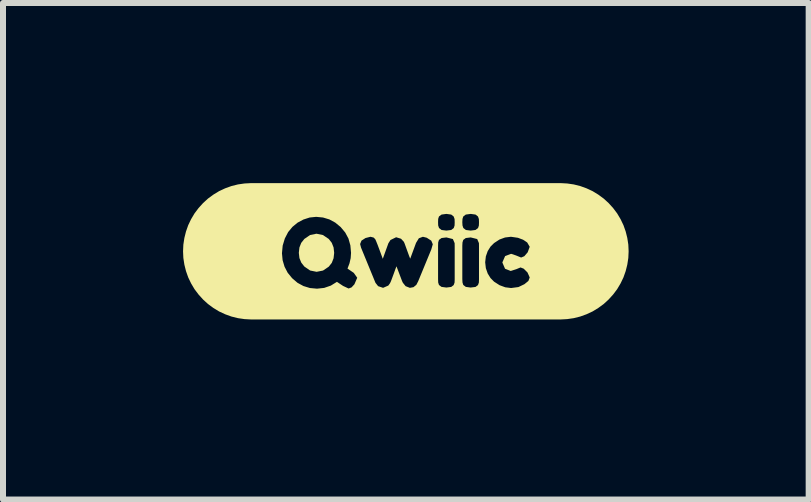
<source format=kicad_pcb>
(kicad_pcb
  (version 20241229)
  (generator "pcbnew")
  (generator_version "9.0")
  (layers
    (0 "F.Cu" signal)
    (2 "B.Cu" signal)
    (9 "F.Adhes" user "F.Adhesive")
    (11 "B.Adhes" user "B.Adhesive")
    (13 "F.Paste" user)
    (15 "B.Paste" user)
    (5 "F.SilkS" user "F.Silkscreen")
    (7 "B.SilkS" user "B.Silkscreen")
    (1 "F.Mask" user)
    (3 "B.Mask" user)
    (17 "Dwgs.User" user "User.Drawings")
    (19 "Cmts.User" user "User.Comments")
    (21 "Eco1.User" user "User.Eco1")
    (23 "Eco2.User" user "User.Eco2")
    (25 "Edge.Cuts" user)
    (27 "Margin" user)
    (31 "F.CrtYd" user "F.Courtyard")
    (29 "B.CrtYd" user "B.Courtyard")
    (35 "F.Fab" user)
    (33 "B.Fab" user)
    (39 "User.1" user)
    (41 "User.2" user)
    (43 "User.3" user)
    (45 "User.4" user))
  (footprint "kibuzzard-6398DD41"
    (layer "F.Cu")
    (at 3.712 1.137)
    (property "Reference" "kibuzzard-6398DD41" (at 0 -1.136 0) (layer "F.SilkS") (effects (font (size 0.001 0.001) (thickness 0.000003))))
    (attr board_only exclude_from_pos_files exclude_from_bom)
    (fp_poly (pts (xy -1.783 0.025) (xy -1.773 0.113) (xy -1.742 0.189) (xy -1.691 0.254) (xy -1.595 0.32) (xy -1.487 0.342) (xy -1.38 0.321) (xy -1.284 0.256) (xy -1.234 0.193) (xy -1.204 0.116) (xy -1.194 0.026) (xy -1.204 -0.064) (xy -1.234 -0.141) (xy -1.285 -0.206) (xy -1.382 -0.271) (xy -1.489 -0.293) (xy -1.596 -0.271) (xy -1.692 -0.205) (xy -1.743 -0.14) (xy -1.773 -0.064) (xy -1.783 0.025)) (stroke (width 0) (type solid)) (fill yes) (layer "F.SilkS"))
    (fp_poly (pts (xy -2.064 -1.136) (xy -1.707 -0.529) (xy -1.602 -0.563) (xy -1.494 -0.574) (xy -1.38 -0.563) (xy -1.274 -0.531) (xy 0.552 -0.58) (xy 0.595 -0.612) (xy 0.676 -0.623) (xy 0.756 -0.612) (xy 0.797 -0.58) (xy 0.957 -0.58) (xy 0.999 -0.612) (xy 1.081 -0.623) (xy 1.161 -0.612) (xy 1.202 -0.58) (xy 1.217 -0.538) (xy 1.219 -0.483) (xy 1.217 -0.429) (xy 1.203 -0.387) (xy 1.16 -0.355) (xy 1.08 -0.345) (xy 1 -0.355) (xy 0.958 -0.388) (xy 0.944 -0.43) (xy 0.941 -0.485) (xy 0.944 -0.54) (xy 0.957 -0.58) (xy 0.797 -0.58) (xy 0.812 -0.538) (xy 0.814 -0.483) (xy 0.812 -0.429) (xy 0.798 -0.387) (xy 0.756 -0.355) (xy 0.675 -0.345) (xy 0.595 -0.355) (xy 0.553 -0.388) (xy 0.539 -0.43) (xy 0.537 -0.485) (xy 0.539 -0.54) (xy 0.552 -0.58) (xy -1.274 -0.531) (xy -1.176 -0.478) (xy -1.086 -0.404) (xy 0.217 -0.217) (xy 0.284 -0.242) (xy 0.348 -0.226) (xy 0.424 -0.177) (xy 0.449 -0.117) (xy 0.537 -0.093) (xy 0.539 -0.148) (xy 0.552 -0.19) (xy 0.595 -0.221) (xy 0.676 -0.231) (xy 0.784 -0.204) (xy 0.813 -0.136) (xy 0.941 -0.093) (xy 0.944 -0.148) (xy 0.957 -0.19) (xy 0.999 -0.221) (xy 1.081 -0.231) (xy 1.189 -0.204) (xy 1.218 -0.136) (xy 1.219 -0.09) (xy 1.364 -0.003) (xy 1.411 -0.078) (xy 1.47 -0.137) (xy 1.56 -0.196) (xy 1.653 -0.23) (xy 1.751 -0.242) (xy 1.868 -0.225) (xy 1.953 -0.193) (xy 1.978 -0.177) (xy 2.022 -0.147) (xy 2.064 -0.075) (xy 2.03 0.017) (xy 1.974 0.082) (xy 1.921 0.104) (xy 1.835 0.069) (xy 1.753 0.042) (xy 1.654 0.08) (xy 1.608 0.186) (xy 1.653 0.291) (xy 1.747 0.328) (xy 1.841 0.298) (xy 1.911 0.269) (xy 1.964 0.29) (xy 2.027 0.353) (xy 2.064 0.436) (xy 2.042 0.494) (xy 1.976 0.548) (xy 1.876 0.596) (xy 1.754 0.612) (xy 1.657 0.6) (xy 1.562 0.565) (xy 1.47 0.506) (xy 1.411 0.446) (xy 1.364 0.37) (xy 1.333 0.281) (xy 1.322 0.183) (xy 1.333 0.085) (xy 1.364 -0.003) (xy 1.219 -0.09) (xy 1.219 0.466) (xy 1.217 0.521) (xy 1.202 0.563) (xy 1.161 0.594) (xy 1.079 0.604) (xy 0.999 0.593) (xy 0.957 0.561) (xy 0.944 0.52) (xy 0.941 0.464) (xy 0.941 -0.093) (xy 0.813 -0.136) (xy 0.814 -0.09) (xy 0.814 0.466) (xy 0.812 0.521) (xy 0.797 0.563) (xy 0.756 0.594) (xy 0.675 0.604) (xy 0.594 0.593) (xy 0.552 0.561) (xy 0.539 0.52) (xy 0.537 0.464) (xy 0.537 -0.093) (xy 0.449 -0.117) (xy 0.424 -0.03) (xy 0.381 0.074) (xy 0.206 0.499) (xy 0.175 0.559) (xy 0.127 0.598) (xy 0.067 0.609) (xy -0.004 0.581) (xy -0.049 0.525) (xy -0.062 0.498) (xy -0.078 0.456) (xy -0.109 0.374) (xy -0.156 0.25) (xy -0.175 0.3) (xy -0.202 0.375) (xy -0.242 0.483) (xy -0.253 0.511) (xy -0.267 0.537) (xy -0.292 0.571) (xy -0.379 0.609) (xy -0.462 0.581) (xy -0.506 0.525) (xy -0.746 -0.06) (xy -0.762 -0.121) (xy -0.739 -0.178) (xy -0.672 -0.221) (xy -0.589 -0.242) (xy -0.537 -0.229) (xy -0.51 -0.202) (xy -0.497 -0.174) (xy -0.472 -0.112) (xy -0.435 -0.013) (xy -0.384 0.125) (xy -0.291 -0.133) (xy -0.256 -0.188) (xy -0.162 -0.234) (xy -0.08 -0.209) (xy -0.033 -0.158) (xy -0.021 -0.131) (xy 0.025 -0.004) (xy 0.056 0.081) (xy 0.073 0.123) (xy 0.17 -0.14) (xy 0.217 -0.217) (xy -1.086 -0.404) (xy -1.01 -0.313) (xy -0.956 -0.212) (xy -0.924 -0.098) (xy -0.913 0.026) (xy -0.919 0.114) (xy -0.939 0.201) (xy -0.972 0.288) (xy -0.867 0.36) (xy -0.81 0.441) (xy -0.857 0.55) (xy -0.905 0.602) (xy -0.954 0.62) (xy -1.046 0.577) (xy -1.091 0.547) (xy -1.148 0.509) (xy -1.25 0.572) (xy -1.361 0.61) (xy -1.48 0.623) (xy -1.598 0.612) (xy -1.706 0.579) (xy -1.805 0.525) (xy -1.895 0.448) (xy -1.969 0.357) (xy -2.021 0.257) (xy -2.053 0.149) (xy -2.064 0.033) (xy -2.052 -0.095) (xy -2.016 -0.214) (xy -1.961 -0.32) (xy -1.889 -0.407) (xy -1.804 -0.477) (xy -1.707 -0.529) (xy -2.064 -1.136) (xy -2.576 -1.136) (xy -2.688 -1.13) (xy -2.798 -1.114) (xy -2.906 -1.087) (xy -3.011 -1.049) (xy -3.112 -1.002) (xy -3.207 -0.944) (xy -3.297 -0.878) (xy -3.379 -0.803) (xy -3.454 -0.72) (xy -3.521 -0.631) (xy -3.578 -0.535) (xy -3.626 -0.435) (xy -3.663 -0.33) (xy -3.69 -0.222) (xy -3.707 -0.111) (xy -3.712 0) (xy -3.707 0.111) (xy -3.69 0.222) (xy -3.663 0.33) (xy -3.626 0.435) (xy -3.578 0.535) (xy -3.521 0.631) (xy -3.454 0.72) (xy -3.379 0.803) (xy -3.297 0.878) (xy -3.207 0.944) (xy -3.112 1.002) (xy -3.011 1.049) (xy -2.906 1.087) (xy -2.798 1.114) (xy -2.688 1.13) (xy -2.576 1.136) (xy -2.064 1.136) (xy 2.064 1.136) (xy 2.576 1.136) (xy 2.688 1.13) (xy 2.798 1.114) (xy 2.906 1.087) (xy 3.011 1.049) (xy 3.112 1.002) (xy 3.207 0.944) (xy 3.297 0.878) (xy 3.379 0.803) (xy 3.454 0.72) (xy 3.521 0.631) (xy 3.578 0.535) (xy 3.626 0.435) (xy 3.663 0.33) (xy 3.69 0.222) (xy 3.707 0.111) (xy 3.712 0) (xy 3.707 -0.111) (xy 3.69 -0.222) (xy 3.663 -0.33) (xy 3.626 -0.435) (xy 3.578 -0.535) (xy 3.521 -0.631) (xy 3.454 -0.72) (xy 3.379 -0.803) (xy 3.297 -0.878) (xy 3.207 -0.944) (xy 3.112 -1.002) (xy 3.011 -1.049) (xy 2.906 -1.087) (xy 2.798 -1.114) (xy 2.688 -1.13) (xy 2.576 -1.136) (xy 2.064 -1.136) (xy -2.064 -1.136)) (stroke (width 0) (type solid)) (fill yes) (layer "F.SilkS")))
  (gr_rect
    (start -3 -3)
    (end 10.424 5.273)
    (stroke (width 0.1) (type default))
    (fill no)
    (layer "Edge.Cuts")))
</source>
